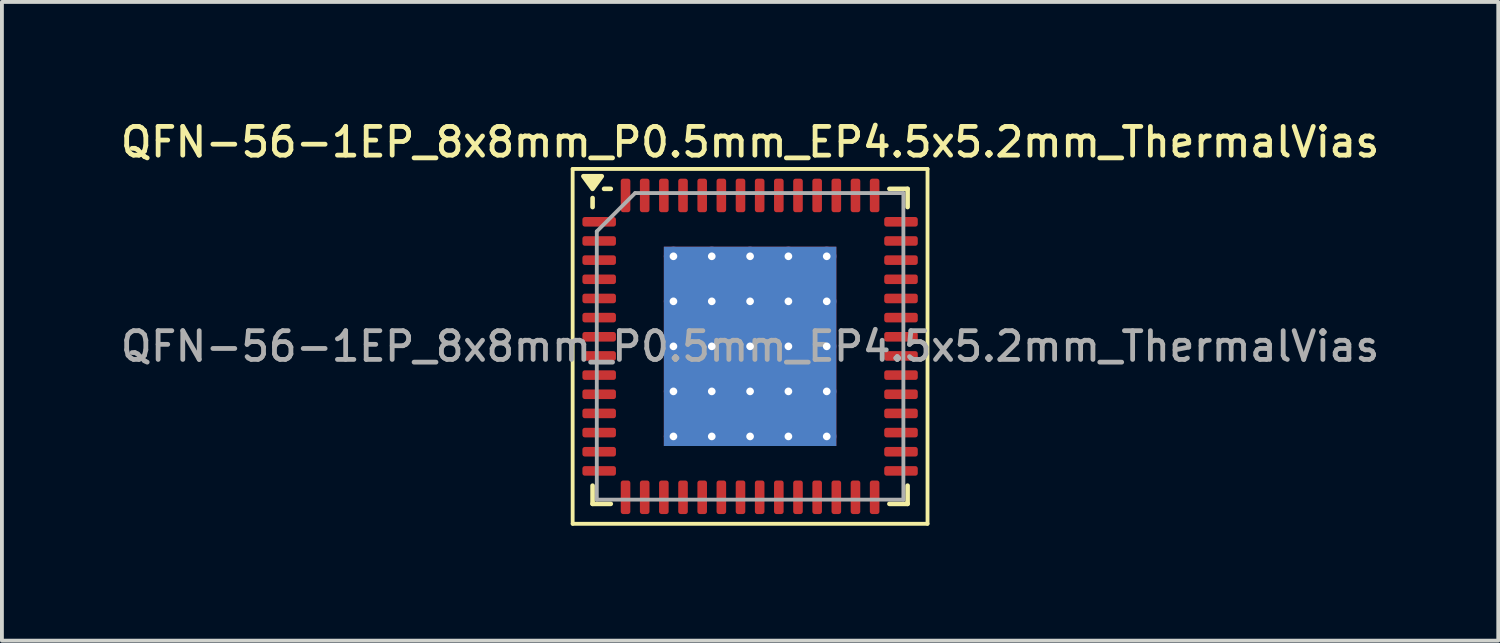
<source format=kicad_pcb>
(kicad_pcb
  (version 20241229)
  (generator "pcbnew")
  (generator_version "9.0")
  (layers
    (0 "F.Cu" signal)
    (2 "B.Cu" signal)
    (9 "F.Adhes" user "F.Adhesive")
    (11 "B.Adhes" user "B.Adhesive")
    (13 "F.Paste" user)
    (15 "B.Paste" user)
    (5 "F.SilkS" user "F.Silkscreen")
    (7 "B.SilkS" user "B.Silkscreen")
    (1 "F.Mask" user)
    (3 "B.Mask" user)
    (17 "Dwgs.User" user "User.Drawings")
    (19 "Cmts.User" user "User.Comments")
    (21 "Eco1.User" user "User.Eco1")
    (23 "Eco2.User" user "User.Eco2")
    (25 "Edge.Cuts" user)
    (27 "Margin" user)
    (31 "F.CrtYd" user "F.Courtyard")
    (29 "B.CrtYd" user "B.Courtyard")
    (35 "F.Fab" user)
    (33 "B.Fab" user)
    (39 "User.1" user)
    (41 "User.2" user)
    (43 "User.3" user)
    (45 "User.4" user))
  (footprint "QFN-56-1EP_8x8mm_P0.5mm_EP4.5x5.2mm_ThermalVias"
    (layer "F.Cu")
    (at 16.523 5.988)
    (property "Reference" "QFN-56-1EP_8x8mm_P0.5mm_EP4.5x5.2mm_ThermalVias" (at 0 -5.33 0) (layer "F.SilkS") (effects (font (size 0.75 0.75) (thickness 0.125))))
    (attr smd)
    (fp_line (start -4.63 -4.63) (end -4.63 4.63) (stroke (width 0.1) (type solid)) (layer "F.SilkS"))
    (fp_line (start -4.63 4.63) (end 4.63 4.63) (stroke (width 0.1) (type solid)) (layer "F.SilkS"))
    (fp_line (start -4.11 -3.635) (end -4.11 -3.87) (stroke (width 0.12) (type solid)) (layer "F.SilkS"))
    (fp_line (start -4.11 4.11) (end -4.11 3.635) (stroke (width 0.12) (type solid)) (layer "F.SilkS"))
    (fp_line (start -3.635 -4.11) (end -3.81 -4.11) (stroke (width 0.12) (type solid)) (layer "F.SilkS"))
    (fp_line (start -3.635 4.11) (end -4.11 4.11) (stroke (width 0.12) (type solid)) (layer "F.SilkS"))
    (fp_line (start 3.635 -4.11) (end 4.11 -4.11) (stroke (width 0.12) (type solid)) (layer "F.SilkS"))
    (fp_line (start 3.635 4.11) (end 4.11 4.11) (stroke (width 0.12) (type solid)) (layer "F.SilkS"))
    (fp_line (start 4.11 -4.11) (end 4.11 -3.635) (stroke (width 0.12) (type solid)) (layer "F.SilkS"))
    (fp_line (start 4.11 4.11) (end 4.11 3.635) (stroke (width 0.12) (type solid)) (layer "F.SilkS"))
    (fp_line (start 4.63 -4.63) (end -4.63 -4.63) (stroke (width 0.1) (type solid)) (layer "F.SilkS"))
    (fp_line (start 4.63 4.63) (end 4.63 -4.63) (stroke (width 0.1) (type solid)) (layer "F.SilkS"))
    (fp_poly (pts (xy -4.11 -4.11) (xy -4.35 -4.44) (xy -3.87 -4.44) (xy -4.11 -4.11)) (stroke (width 0.12) (type solid)) (fill yes) (layer "F.SilkS"))
    (fp_line (start -4 -3) (end -3 -4) (stroke (width 0.1) (type solid)) (layer "F.Fab"))
    (fp_line (start -4 4) (end -4 -3) (stroke (width 0.1) (type solid)) (layer "F.Fab"))
    (fp_line (start -3 -4) (end 4 -4) (stroke (width 0.1) (type solid)) (layer "F.Fab"))
    (fp_line (start 4 -4) (end 4 4) (stroke (width 0.1) (type solid)) (layer "F.Fab"))
    (fp_line (start 4 4) (end -4 4) (stroke (width 0.1) (type solid)) (layer "F.Fab"))
    (fp_text user "${REFERENCE}" (at 0 0 0) (layer "F.Fab") (effects (font (size 0.75 0.75) (thickness 0.125))))
    (pad "" smd custom (at -1.5 -1.762) (size 0.776 0.776) (layers "F.Paste") (options (anchor circle)) (primitives (gr_poly (pts (xy -0.341 -0.33) (xy -0.262 -0.408) (xy 0.262 -0.408) (xy 0.341 -0.33) (xy 0.341 0.33) (xy 0.262 0.408) (xy -0.262 0.408) (xy -0.341 0.33)) (width 0.19) (fill yes))))
    (pad "" smd custom (at -1.5 -0.588) (size 0.776 0.776) (layers "F.Paste") (options (anchor circle)) (primitives (gr_poly (pts (xy -0.341 -0.33) (xy -0.262 -0.408) (xy 0.262 -0.408) (xy 0.341 -0.33) (xy 0.341 0.33) (xy 0.262 0.408) (xy -0.262 0.408) (xy -0.341 0.33)) (width 0.19) (fill yes))))
    (pad "" smd custom (at -1.5 0.588) (size 0.776 0.776) (layers "F.Paste") (options (anchor circle)) (primitives (gr_poly (pts (xy -0.341 -0.33) (xy -0.262 -0.408) (xy 0.262 -0.408) (xy 0.341 -0.33) (xy 0.341 0.33) (xy 0.262 0.408) (xy -0.262 0.408) (xy -0.341 0.33)) (width 0.19) (fill yes))))
    (pad "" smd custom (at -1.5 1.762) (size 0.776 0.776) (layers "F.Paste") (options (anchor circle)) (primitives (gr_poly (pts (xy -0.341 -0.33) (xy -0.262 -0.408) (xy 0.262 -0.408) (xy 0.341 -0.33) (xy 0.341 0.33) (xy 0.262 0.408) (xy -0.262 0.408) (xy -0.341 0.33)) (width 0.19) (fill yes))))
    (pad "" smd custom (at -0.5 -1.762) (size 0.776 0.776) (layers "F.Paste") (options (anchor circle)) (primitives (gr_poly (pts (xy -0.341 -0.33) (xy -0.262 -0.408) (xy 0.262 -0.408) (xy 0.341 -0.33) (xy 0.341 0.33) (xy 0.262 0.408) (xy -0.262 0.408) (xy -0.341 0.33)) (width 0.19) (fill yes))))
    (pad "" smd custom (at -0.5 -0.588) (size 0.776 0.776) (layers "F.Paste") (options (anchor circle)) (primitives (gr_poly (pts (xy -0.341 -0.33) (xy -0.262 -0.408) (xy 0.262 -0.408) (xy 0.341 -0.33) (xy 0.341 0.33) (xy 0.262 0.408) (xy -0.262 0.408) (xy -0.341 0.33)) (width 0.19) (fill yes))))
    (pad "" smd custom (at -0.5 0.588) (size 0.776 0.776) (layers "F.Paste") (options (anchor circle)) (primitives (gr_poly (pts (xy -0.341 -0.33) (xy -0.262 -0.408) (xy 0.262 -0.408) (xy 0.341 -0.33) (xy 0.341 0.33) (xy 0.262 0.408) (xy -0.262 0.408) (xy -0.341 0.33)) (width 0.19) (fill yes))))
    (pad "" smd custom (at -0.5 1.762) (size 0.776 0.776) (layers "F.Paste") (options (anchor circle)) (primitives (gr_poly (pts (xy -0.341 -0.33) (xy -0.262 -0.408) (xy 0.262 -0.408) (xy 0.341 -0.33) (xy 0.341 0.33) (xy 0.262 0.408) (xy -0.262 0.408) (xy -0.341 0.33)) (width 0.19) (fill yes))))
    (pad "" smd custom (at 0.5 -1.762) (size 0.776 0.776) (layers "F.Paste") (options (anchor circle)) (primitives (gr_poly (pts (xy -0.341 -0.33) (xy -0.262 -0.408) (xy 0.262 -0.408) (xy 0.341 -0.33) (xy 0.341 0.33) (xy 0.262 0.408) (xy -0.262 0.408) (xy -0.341 0.33)) (width 0.19) (fill yes))))
    (pad "" smd custom (at 0.5 -0.588) (size 0.776 0.776) (layers "F.Paste") (options (anchor circle)) (primitives (gr_poly (pts (xy -0.341 -0.33) (xy -0.262 -0.408) (xy 0.262 -0.408) (xy 0.341 -0.33) (xy 0.341 0.33) (xy 0.262 0.408) (xy -0.262 0.408) (xy -0.341 0.33)) (width 0.19) (fill yes))))
    (pad "" smd custom (at 0.5 0.588) (size 0.776 0.776) (layers "F.Paste") (options (anchor circle)) (primitives (gr_poly (pts (xy -0.341 -0.33) (xy -0.262 -0.408) (xy 0.262 -0.408) (xy 0.341 -0.33) (xy 0.341 0.33) (xy 0.262 0.408) (xy -0.262 0.408) (xy -0.341 0.33)) (width 0.19) (fill yes))))
    (pad "" smd custom (at 0.5 1.762) (size 0.776 0.776) (layers "F.Paste") (options (anchor circle)) (primitives (gr_poly (pts (xy -0.341 -0.33) (xy -0.262 -0.408) (xy 0.262 -0.408) (xy 0.341 -0.33) (xy 0.341 0.33) (xy 0.262 0.408) (xy -0.262 0.408) (xy -0.341 0.33)) (width 0.19) (fill yes))))
    (pad "" smd custom (at 1.5 -1.762) (size 0.776 0.776) (layers "F.Paste") (options (anchor circle)) (primitives (gr_poly (pts (xy -0.341 -0.33) (xy -0.262 -0.408) (xy 0.262 -0.408) (xy 0.341 -0.33) (xy 0.341 0.33) (xy 0.262 0.408) (xy -0.262 0.408) (xy -0.341 0.33)) (width 0.19) (fill yes))))
    (pad "" smd custom (at 1.5 -0.588) (size 0.776 0.776) (layers "F.Paste") (options (anchor circle)) (primitives (gr_poly (pts (xy -0.341 -0.33) (xy -0.262 -0.408) (xy 0.262 -0.408) (xy 0.341 -0.33) (xy 0.341 0.33) (xy 0.262 0.408) (xy -0.262 0.408) (xy -0.341 0.33)) (width 0.19) (fill yes))))
    (pad "" smd custom (at 1.5 0.588) (size 0.776 0.776) (layers "F.Paste") (options (anchor circle)) (primitives (gr_poly (pts (xy -0.341 -0.33) (xy -0.262 -0.408) (xy 0.262 -0.408) (xy 0.341 -0.33) (xy 0.341 0.33) (xy 0.262 0.408) (xy -0.262 0.408) (xy -0.341 0.33)) (width 0.19) (fill yes))))
    (pad "" smd custom (at 1.5 1.762) (size 0.776 0.776) (layers "F.Paste") (options (anchor circle)) (primitives (gr_poly (pts (xy -0.341 -0.33) (xy -0.262 -0.408) (xy 0.262 -0.408) (xy 0.341 -0.33) (xy 0.341 0.33) (xy 0.262 0.408) (xy -0.262 0.408) (xy -0.341 0.33)) (width 0.19) (fill yes))))
    (pad "1" smd roundrect (at -3.938 -3.25) (size 0.875 0.25) (layers "F.Cu" "F.Mask" "F.Paste") (roundrect_rratio 0.25))
    (pad "2" smd roundrect (at -3.938 -2.75) (size 0.875 0.25) (layers "F.Cu" "F.Mask" "F.Paste") (roundrect_rratio 0.25))
    (pad "3" smd roundrect (at -3.938 -2.25) (size 0.875 0.25) (layers "F.Cu" "F.Mask" "F.Paste") (roundrect_rratio 0.25))
    (pad "4" smd roundrect (at -3.938 -1.75) (size 0.875 0.25) (layers "F.Cu" "F.Mask" "F.Paste") (roundrect_rratio 0.25))
    (pad "5" smd roundrect (at -3.938 -1.25) (size 0.875 0.25) (layers "F.Cu" "F.Mask" "F.Paste") (roundrect_rratio 0.25))
    (pad "6" smd roundrect (at -3.938 -0.75) (size 0.875 0.25) (layers "F.Cu" "F.Mask" "F.Paste") (roundrect_rratio 0.25))
    (pad "7" smd roundrect (at -3.938 -0.25) (size 0.875 0.25) (layers "F.Cu" "F.Mask" "F.Paste") (roundrect_rratio 0.25))
    (pad "8" smd roundrect (at -3.938 0.25) (size 0.875 0.25) (layers "F.Cu" "F.Mask" "F.Paste") (roundrect_rratio 0.25))
    (pad "9" smd roundrect (at -3.938 0.75) (size 0.875 0.25) (layers "F.Cu" "F.Mask" "F.Paste") (roundrect_rratio 0.25))
    (pad "10" smd roundrect (at -3.938 1.25) (size 0.875 0.25) (layers "F.Cu" "F.Mask" "F.Paste") (roundrect_rratio 0.25))
    (pad "11" smd roundrect (at -3.938 1.75) (size 0.875 0.25) (layers "F.Cu" "F.Mask" "F.Paste") (roundrect_rratio 0.25))
    (pad "12" smd roundrect (at -3.938 2.25) (size 0.875 0.25) (layers "F.Cu" "F.Mask" "F.Paste") (roundrect_rratio 0.25))
    (pad "13" smd roundrect (at -3.938 2.75) (size 0.875 0.25) (layers "F.Cu" "F.Mask" "F.Paste") (roundrect_rratio 0.25))
    (pad "14" smd roundrect (at -3.938 3.25) (size 0.875 0.25) (layers "F.Cu" "F.Mask" "F.Paste") (roundrect_rratio 0.25))
    (pad "15" smd roundrect (at -3.25 3.938) (size 0.25 0.875) (layers "F.Cu" "F.Mask" "F.Paste") (roundrect_rratio 0.25))
    (pad "16" smd roundrect (at -2.75 3.938) (size 0.25 0.875) (layers "F.Cu" "F.Mask" "F.Paste") (roundrect_rratio 0.25))
    (pad "17" smd roundrect (at -2.25 3.938) (size 0.25 0.875) (layers "F.Cu" "F.Mask" "F.Paste") (roundrect_rratio 0.25))
    (pad "18" smd roundrect (at -1.75 3.938) (size 0.25 0.875) (layers "F.Cu" "F.Mask" "F.Paste") (roundrect_rratio 0.25))
    (pad "19" smd roundrect (at -1.25 3.938) (size 0.25 0.875) (layers "F.Cu" "F.Mask" "F.Paste") (roundrect_rratio 0.25))
    (pad "20" smd roundrect (at -0.75 3.938) (size 0.25 0.875) (layers "F.Cu" "F.Mask" "F.Paste") (roundrect_rratio 0.25))
    (pad "21" smd roundrect (at -0.25 3.938) (size 0.25 0.875) (layers "F.Cu" "F.Mask" "F.Paste") (roundrect_rratio 0.25))
    (pad "22" smd roundrect (at 0.25 3.938) (size 0.25 0.875) (layers "F.Cu" "F.Mask" "F.Paste") (roundrect_rratio 0.25))
    (pad "23" smd roundrect (at 0.75 3.938) (size 0.25 0.875) (layers "F.Cu" "F.Mask" "F.Paste") (roundrect_rratio 0.25))
    (pad "24" smd roundrect (at 1.25 3.938) (size 0.25 0.875) (layers "F.Cu" "F.Mask" "F.Paste") (roundrect_rratio 0.25))
    (pad "25" smd roundrect (at 1.75 3.938) (size 0.25 0.875) (layers "F.Cu" "F.Mask" "F.Paste") (roundrect_rratio 0.25))
    (pad "26" smd roundrect (at 2.25 3.938) (size 0.25 0.875) (layers "F.Cu" "F.Mask" "F.Paste") (roundrect_rratio 0.25))
    (pad "27" smd roundrect (at 2.75 3.938) (size 0.25 0.875) (layers "F.Cu" "F.Mask" "F.Paste") (roundrect_rratio 0.25))
    (pad "28" smd roundrect (at 3.25 3.938) (size 0.25 0.875) (layers "F.Cu" "F.Mask" "F.Paste") (roundrect_rratio 0.25))
    (pad "29" smd roundrect (at 3.938 3.25) (size 0.875 0.25) (layers "F.Cu" "F.Mask" "F.Paste") (roundrect_rratio 0.25))
    (pad "30" smd roundrect (at 3.938 2.75) (size 0.875 0.25) (layers "F.Cu" "F.Mask" "F.Paste") (roundrect_rratio 0.25))
    (pad "31" smd roundrect (at 3.938 2.25) (size 0.875 0.25) (layers "F.Cu" "F.Mask" "F.Paste") (roundrect_rratio 0.25))
    (pad "32" smd roundrect (at 3.938 1.75) (size 0.875 0.25) (layers "F.Cu" "F.Mask" "F.Paste") (roundrect_rratio 0.25))
    (pad "33" smd roundrect (at 3.938 1.25) (size 0.875 0.25) (layers "F.Cu" "F.Mask" "F.Paste") (roundrect_rratio 0.25))
    (pad "34" smd roundrect (at 3.938 0.75) (size 0.875 0.25) (layers "F.Cu" "F.Mask" "F.Paste") (roundrect_rratio 0.25))
    (pad "35" smd roundrect (at 3.938 0.25) (size 0.875 0.25) (layers "F.Cu" "F.Mask" "F.Paste") (roundrect_rratio 0.25))
    (pad "36" smd roundrect (at 3.938 -0.25) (size 0.875 0.25) (layers "F.Cu" "F.Mask" "F.Paste") (roundrect_rratio 0.25))
    (pad "37" smd roundrect (at 3.938 -0.75) (size 0.875 0.25) (layers "F.Cu" "F.Mask" "F.Paste") (roundrect_rratio 0.25))
    (pad "38" smd roundrect (at 3.938 -1.25) (size 0.875 0.25) (layers "F.Cu" "F.Mask" "F.Paste") (roundrect_rratio 0.25))
    (pad "39" smd roundrect (at 3.938 -1.75) (size 0.875 0.25) (layers "F.Cu" "F.Mask" "F.Paste") (roundrect_rratio 0.25))
    (pad "40" smd roundrect (at 3.938 -2.25) (size 0.875 0.25) (layers "F.Cu" "F.Mask" "F.Paste") (roundrect_rratio 0.25))
    (pad "41" smd roundrect (at 3.938 -2.75) (size 0.875 0.25) (layers "F.Cu" "F.Mask" "F.Paste") (roundrect_rratio 0.25))
    (pad "42" smd roundrect (at 3.938 -3.25) (size 0.875 0.25) (layers "F.Cu" "F.Mask" "F.Paste") (roundrect_rratio 0.25))
    (pad "43" smd roundrect (at 3.25 -3.938) (size 0.25 0.875) (layers "F.Cu" "F.Mask" "F.Paste") (roundrect_rratio 0.25))
    (pad "44" smd roundrect (at 2.75 -3.938) (size 0.25 0.875) (layers "F.Cu" "F.Mask" "F.Paste") (roundrect_rratio 0.25))
    (pad "45" smd roundrect (at 2.25 -3.938) (size 0.25 0.875) (layers "F.Cu" "F.Mask" "F.Paste") (roundrect_rratio 0.25))
    (pad "46" smd roundrect (at 1.75 -3.938) (size 0.25 0.875) (layers "F.Cu" "F.Mask" "F.Paste") (roundrect_rratio 0.25))
    (pad "47" smd roundrect (at 1.25 -3.938) (size 0.25 0.875) (layers "F.Cu" "F.Mask" "F.Paste") (roundrect_rratio 0.25))
    (pad "48" smd roundrect (at 0.75 -3.938) (size 0.25 0.875) (layers "F.Cu" "F.Mask" "F.Paste") (roundrect_rratio 0.25))
    (pad "49" smd roundrect (at 0.25 -3.938) (size 0.25 0.875) (layers "F.Cu" "F.Mask" "F.Paste") (roundrect_rratio 0.25))
    (pad "50" smd roundrect (at -0.25 -3.938) (size 0.25 0.875) (layers "F.Cu" "F.Mask" "F.Paste") (roundrect_rratio 0.25))
    (pad "51" smd roundrect (at -0.75 -3.938) (size 0.25 0.875) (layers "F.Cu" "F.Mask" "F.Paste") (roundrect_rratio 0.25))
    (pad "52" smd roundrect (at -1.25 -3.938) (size 0.25 0.875) (layers "F.Cu" "F.Mask" "F.Paste") (roundrect_rratio 0.25))
    (pad "53" smd roundrect (at -1.75 -3.938) (size 0.25 0.875) (layers "F.Cu" "F.Mask" "F.Paste") (roundrect_rratio 0.25))
    (pad "54" smd roundrect (at -2.25 -3.938) (size 0.25 0.875) (layers "F.Cu" "F.Mask" "F.Paste") (roundrect_rratio 0.25))
    (pad "55" smd roundrect (at -2.75 -3.938) (size 0.25 0.875) (layers "F.Cu" "F.Mask" "F.Paste") (roundrect_rratio 0.25))
    (pad "56" smd roundrect (at -3.25 -3.938) (size 0.25 0.875) (layers "F.Cu" "F.Mask" "F.Paste") (roundrect_rratio 0.25))
    (pad "57" thru_hole circle (at -2 -2.35) (size 0.5 0.5) (drill 0.2) (property pad_prop_heatsink) (layers "*.Cu"))
    (pad "57" thru_hole circle (at -2 -1.175) (size 0.5 0.5) (drill 0.2) (property pad_prop_heatsink) (layers "*.Cu"))
    (pad "57" thru_hole circle (at -2 0) (size 0.5 0.5) (drill 0.2) (property pad_prop_heatsink) (layers "*.Cu"))
    (pad "57" thru_hole circle (at -2 1.175) (size 0.5 0.5) (drill 0.2) (property pad_prop_heatsink) (layers "*.Cu"))
    (pad "57" thru_hole circle (at -2 2.35) (size 0.5 0.5) (drill 0.2) (property pad_prop_heatsink) (layers "*.Cu"))
    (pad "57" thru_hole circle (at -1 -2.35) (size 0.5 0.5) (drill 0.2) (property pad_prop_heatsink) (layers "*.Cu"))
    (pad "57" thru_hole circle (at -1 -1.175) (size 0.5 0.5) (drill 0.2) (property pad_prop_heatsink) (layers "*.Cu"))
    (pad "57" thru_hole circle (at -1 0) (size 0.5 0.5) (drill 0.2) (property pad_prop_heatsink) (layers "*.Cu"))
    (pad "57" thru_hole circle (at -1 1.175) (size 0.5 0.5) (drill 0.2) (property pad_prop_heatsink) (layers "*.Cu"))
    (pad "57" thru_hole circle (at -1 2.35) (size 0.5 0.5) (drill 0.2) (property pad_prop_heatsink) (layers "*.Cu"))
    (pad "57" thru_hole circle (at 0 -2.35) (size 0.5 0.5) (drill 0.2) (property pad_prop_heatsink) (layers "*.Cu"))
    (pad "57" thru_hole circle (at 0 -1.175) (size 0.5 0.5) (drill 0.2) (property pad_prop_heatsink) (layers "*.Cu"))
    (pad "57" thru_hole circle (at 0 0) (size 0.5 0.5) (drill 0.2) (property pad_prop_heatsink) (layers "*.Cu"))
    (pad "57" smd rect (at 0 0) (size 4.5 5.2) (property pad_prop_heatsink) (layers "F.Cu" "F.Mask"))
    (pad "57" smd rect (at 0 0) (size 4.5 5.2) (property pad_prop_heatsink) (layers "B.Cu"))
    (pad "57" thru_hole circle (at 0 1.175) (size 0.5 0.5) (drill 0.2) (property pad_prop_heatsink) (layers "*.Cu"))
    (pad "57" thru_hole circle (at 0 2.35) (size 0.5 0.5) (drill 0.2) (property pad_prop_heatsink) (layers "*.Cu"))
    (pad "57" thru_hole circle (at 1 -2.35) (size 0.5 0.5) (drill 0.2) (property pad_prop_heatsink) (layers "*.Cu"))
    (pad "57" thru_hole circle (at 1 -1.175) (size 0.5 0.5) (drill 0.2) (property pad_prop_heatsink) (layers "*.Cu"))
    (pad "57" thru_hole circle (at 1 0) (size 0.5 0.5) (drill 0.2) (property pad_prop_heatsink) (layers "*.Cu"))
    (pad "57" thru_hole circle (at 1 1.175) (size 0.5 0.5) (drill 0.2) (property pad_prop_heatsink) (layers "*.Cu"))
    (pad "57" thru_hole circle (at 1 2.35) (size 0.5 0.5) (drill 0.2) (property pad_prop_heatsink) (layers "*.Cu"))
    (pad "57" thru_hole circle (at 2 -2.35) (size 0.5 0.5) (drill 0.2) (property pad_prop_heatsink) (layers "*.Cu"))
    (pad "57" thru_hole circle (at 2 -1.175) (size 0.5 0.5) (drill 0.2) (property pad_prop_heatsink) (layers "*.Cu"))
    (pad "57" thru_hole circle (at 2 0) (size 0.5 0.5) (drill 0.2) (property pad_prop_heatsink) (layers "*.Cu"))
    (pad "57" thru_hole circle (at 2 1.175) (size 0.5 0.5) (drill 0.2) (property pad_prop_heatsink) (layers "*.Cu"))
    (pad "57" thru_hole circle (at 2 2.35) (size 0.5 0.5) (drill 0.2) (property pad_prop_heatsink) (layers "*.Cu")))
  (gr_rect
    (start -3 -3)
    (end 36.046 13.668)
    (stroke (width 0.1) (type default))
    (fill no)
    (layer "Edge.Cuts")))
</source>
